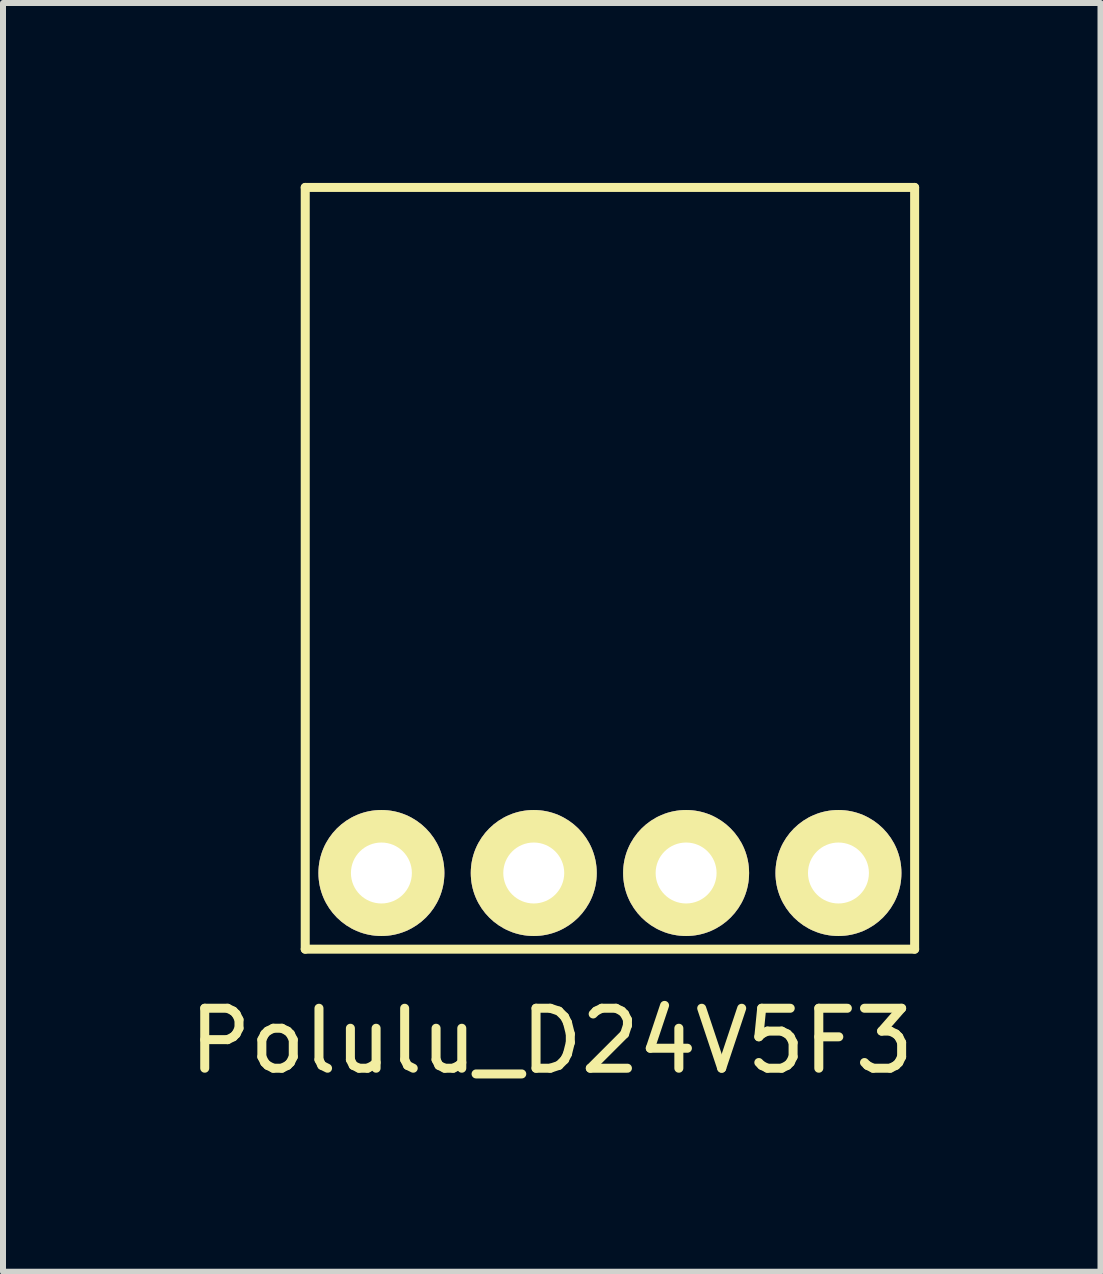
<source format=kicad_pcb>
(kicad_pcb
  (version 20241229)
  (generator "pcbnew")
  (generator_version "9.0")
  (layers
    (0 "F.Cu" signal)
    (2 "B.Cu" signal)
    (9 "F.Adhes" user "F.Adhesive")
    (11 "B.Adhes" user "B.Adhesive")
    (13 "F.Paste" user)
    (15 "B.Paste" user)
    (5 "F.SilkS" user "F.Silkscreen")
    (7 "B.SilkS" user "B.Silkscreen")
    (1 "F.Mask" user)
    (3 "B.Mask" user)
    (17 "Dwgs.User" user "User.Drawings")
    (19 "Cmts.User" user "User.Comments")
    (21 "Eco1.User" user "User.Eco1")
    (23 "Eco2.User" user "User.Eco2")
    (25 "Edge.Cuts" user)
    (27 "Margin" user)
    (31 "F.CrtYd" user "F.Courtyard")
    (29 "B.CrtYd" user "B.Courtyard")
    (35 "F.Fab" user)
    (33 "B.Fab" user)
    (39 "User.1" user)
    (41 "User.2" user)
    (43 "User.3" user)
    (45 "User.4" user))
  (footprint "Polulu_D24V5F3"
    (layer "F.Cu")
    (at 5.849 11.505)
    (property "Reference" "Polulu_D24V5F3" (at 0.3 2.8 0) (layer "F.SilkS") (effects (font (size 1 1) (thickness 0.15))))
    (attr through_hole)
    (fp_line (start -3.81 -11.43) (end 6.35 -11.43) (stroke (width 0.15) (type solid)) (layer "F.SilkS"))
    (fp_line (start -3.81 1.27) (end -3.81 -11.43) (stroke (width 0.15) (type solid)) (layer "F.SilkS"))
    (fp_line (start 6.35 -11.43) (end 6.35 1.27) (stroke (width 0.15) (type solid)) (layer "F.SilkS"))
    (fp_line (start 6.35 1.27) (end -3.81 1.27) (stroke (width 0.15) (type solid)) (layer "F.SilkS"))
    (pad "1" thru_hole circle (at -2.54 0) (size 2.1 2.1) (drill 1.016) (layers "*.Cu" "*.Mask" "F.SilkS"))
    (pad "2" thru_hole circle (at 0 0) (size 2.1 2.1) (drill 1.016) (layers "*.Cu" "*.Mask" "F.SilkS"))
    (pad "3" thru_hole circle (at 2.54 0) (size 2.1 2.1) (drill 1.016) (layers "*.Cu" "*.Mask" "F.SilkS"))
    (pad "4" thru_hole circle (at 5.08 0) (size 2.1 2.1) (drill 1.016) (layers "*.Cu" "*.Mask" "F.SilkS")))
  (gr_rect
    (start -3 -3)
    (end 15.298 18.153)
    (stroke (width 0.1) (type default))
    (fill no)
    (layer "Edge.Cuts")))
</source>
